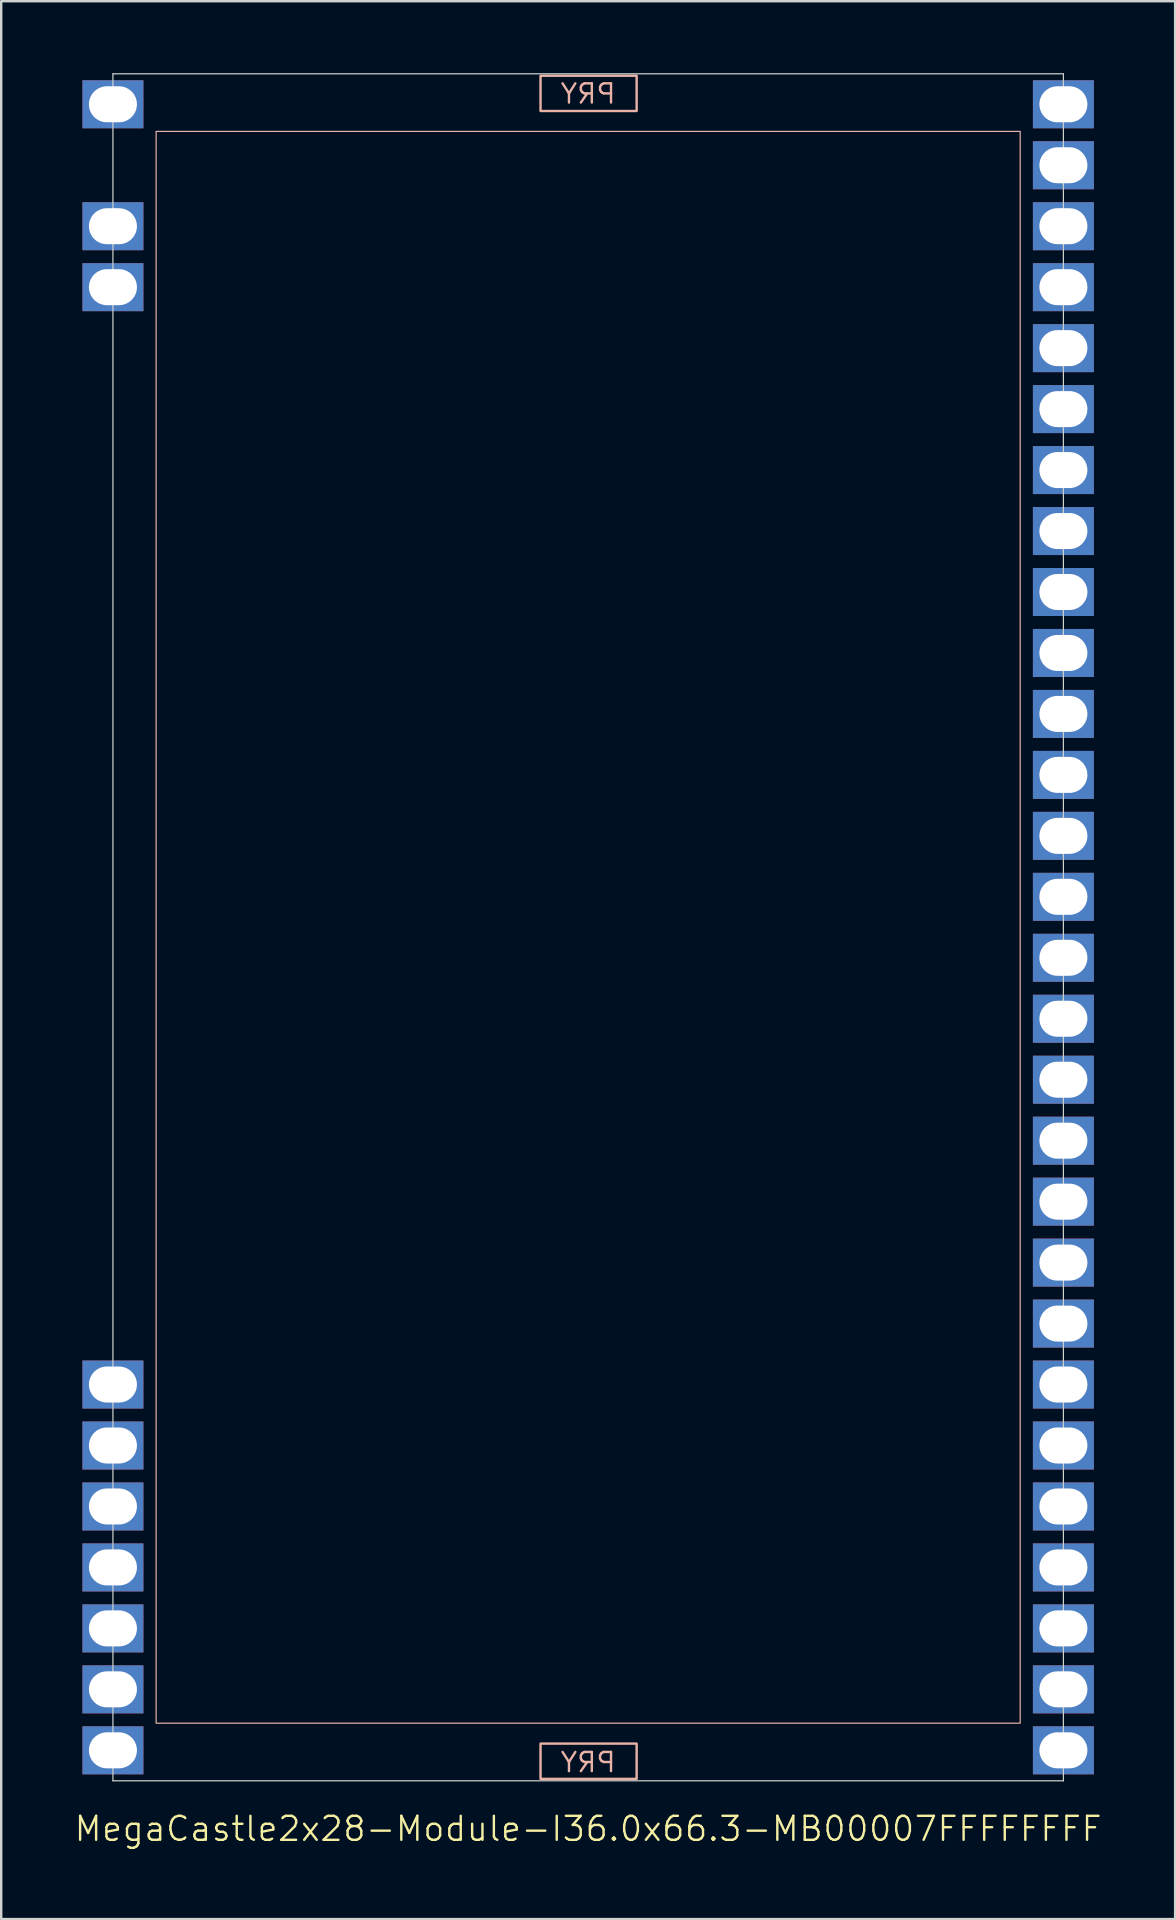
<source format=kicad_pcb>
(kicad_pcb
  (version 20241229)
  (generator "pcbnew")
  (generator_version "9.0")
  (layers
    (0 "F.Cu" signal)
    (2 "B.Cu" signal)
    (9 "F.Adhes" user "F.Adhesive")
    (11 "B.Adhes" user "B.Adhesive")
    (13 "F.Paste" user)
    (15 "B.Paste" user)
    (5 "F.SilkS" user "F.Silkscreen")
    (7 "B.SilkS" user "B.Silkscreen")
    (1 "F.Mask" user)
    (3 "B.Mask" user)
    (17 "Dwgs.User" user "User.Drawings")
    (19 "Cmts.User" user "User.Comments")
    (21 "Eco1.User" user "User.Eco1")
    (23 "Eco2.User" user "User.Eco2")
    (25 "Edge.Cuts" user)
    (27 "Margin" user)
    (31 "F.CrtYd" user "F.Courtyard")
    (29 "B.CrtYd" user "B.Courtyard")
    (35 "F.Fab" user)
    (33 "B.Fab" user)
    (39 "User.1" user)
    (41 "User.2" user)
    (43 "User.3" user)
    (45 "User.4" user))
  (footprint "MegaCastle2x28-Module-I36.0x66.3-MB00007FFFFFFFF"
    (layer "F.Cu")
    (at 21.455 35.585)
    (property "Reference" "MegaCastle2x28-Module-I36.0x66.3-MB00007FFFFFFFF" (at 0 37.56 0) (unlocked yes) (layer "F.SilkS") (effects (font (size 1 1) (thickness 0.1))))
    (attr smd)
    (fp_rect (start -18 33.16) (end 18 -33.16) (stroke (width 0.05) (type default)) (fill no) (layer "B.SilkS"))
    (fp_rect (start -1.984 -34.011) (end 2.02 -35.48) (stroke (width 0.1) (type default)) (fill no) (layer "B.SilkS"))
    (fp_rect (start -1.984 34.011) (end 2.02 35.48) (stroke (width 0.1) (type default)) (fill no) (layer "B.SilkS"))
    (fp_line (start -19.8 -35.56) (end -19.8 35.56) (stroke (width 0.05) (type default)) (layer "Edge.Cuts"))
    (fp_line (start -19.8 -35.56) (end 19.8 -35.56) (stroke (width 0.05) (type default)) (layer "Edge.Cuts"))
    (fp_line (start -19.8 35.56) (end 19.8 35.56) (stroke (width 0.05) (type default)) (layer "Edge.Cuts"))
    (fp_line (start 19.8 -35.56) (end 19.8 35.56) (stroke (width 0.05) (type default)) (layer "Edge.Cuts"))
    (fp_text user "PRY" (at 0 -34.26 0) (unlocked yes) (layer "B.SilkS") (effects (font (size 0.8 0.8) (thickness 0.1)) (justify bottom mirror)))
    (fp_text user "PRY" (at 0 35.26 0) (unlocked yes) (layer "B.SilkS") (effects (font (size 0.8 0.8) (thickness 0.1)) (justify bottom mirror)))
    (pad "1" thru_hole rect (at -19.8 -34.29) (size 2.54 2) (drill oval 2 1.5) (property pad_prop_castellated) (layers "*.Cu" "*.Mask"))
    (pad "3" thru_hole rect (at -19.8 -29.21) (size 2.54 2) (drill oval 2 1.5) (property pad_prop_castellated) (layers "*.Cu" "*.Mask"))
    (pad "4" thru_hole rect (at -19.8 -26.67) (size 2.54 2) (drill oval 2 1.5) (property pad_prop_castellated) (layers "*.Cu" "*.Mask"))
    (pad "22" thru_hole rect (at -19.8 19.05) (size 2.54 2) (drill oval 2 1.5) (property pad_prop_castellated) (layers "*.Cu" "*.Mask"))
    (pad "23" thru_hole rect (at -19.8 21.59) (size 2.54 2) (drill oval 2 1.5) (property pad_prop_castellated) (layers "*.Cu" "*.Mask"))
    (pad "24" thru_hole rect (at -19.8 24.13) (size 2.54 2) (drill oval 2 1.5) (property pad_prop_castellated) (layers "*.Cu" "*.Mask"))
    (pad "25" thru_hole rect (at -19.8 26.67) (size 2.54 2) (drill oval 2 1.5) (property pad_prop_castellated) (layers "*.Cu" "*.Mask"))
    (pad "26" thru_hole rect (at -19.8 29.21) (size 2.54 2) (drill oval 2 1.5) (property pad_prop_castellated) (layers "*.Cu" "*.Mask"))
    (pad "27" thru_hole rect (at -19.8 31.75) (size 2.54 2) (drill oval 2 1.5) (property pad_prop_castellated) (layers "*.Cu" "*.Mask"))
    (pad "28" thru_hole rect (at -19.8 34.29) (size 2.54 2) (drill oval 2 1.5) (property pad_prop_castellated) (layers "*.Cu" "*.Mask"))
    (pad "29" thru_hole rect (at 19.8 -34.29) (size 2.54 2) (drill oval 2 1.5) (property pad_prop_castellated) (layers "*.Cu" "*.Mask"))
    (pad "30" thru_hole rect (at 19.8 -31.75) (size 2.54 2) (drill oval 2 1.5) (property pad_prop_castellated) (layers "*.Cu" "*.Mask"))
    (pad "31" thru_hole rect (at 19.8 -29.21) (size 2.54 2) (drill oval 2 1.5) (property pad_prop_castellated) (layers "*.Cu" "*.Mask"))
    (pad "32" thru_hole rect (at 19.8 -26.67) (size 2.54 2) (drill oval 2 1.5) (property pad_prop_castellated) (layers "*.Cu" "*.Mask"))
    (pad "33" thru_hole rect (at 19.8 -24.13) (size 2.54 2) (drill oval 2 1.5) (property pad_prop_castellated) (layers "*.Cu" "*.Mask"))
    (pad "34" thru_hole rect (at 19.8 -21.59) (size 2.54 2) (drill oval 2 1.5) (property pad_prop_castellated) (layers "*.Cu" "*.Mask"))
    (pad "35" thru_hole rect (at 19.8 -19.05) (size 2.54 2) (drill oval 2 1.5) (property pad_prop_castellated) (layers "*.Cu" "*.Mask"))
    (pad "36" thru_hole rect (at 19.8 -16.51) (size 2.54 2) (drill oval 2 1.5) (property pad_prop_castellated) (layers "*.Cu" "*.Mask"))
    (pad "37" thru_hole rect (at 19.8 -13.97) (size 2.54 2) (drill oval 2 1.5) (property pad_prop_castellated) (layers "*.Cu" "*.Mask"))
    (pad "38" thru_hole rect (at 19.8 -11.43) (size 2.54 2) (drill oval 2 1.5) (property pad_prop_castellated) (layers "*.Cu" "*.Mask"))
    (pad "39" thru_hole rect (at 19.8 -8.89) (size 2.54 2) (drill oval 2 1.5) (property pad_prop_castellated) (layers "*.Cu" "*.Mask"))
    (pad "40" thru_hole rect (at 19.8 -6.35) (size 2.54 2) (drill oval 2 1.5) (property pad_prop_castellated) (layers "*.Cu" "*.Mask"))
    (pad "41" thru_hole rect (at 19.8 -3.81) (size 2.54 2) (drill oval 2 1.5) (property pad_prop_castellated) (layers "*.Cu" "*.Mask"))
    (pad "42" thru_hole rect (at 19.8 -1.27) (size 2.54 2) (drill oval 2 1.5) (property pad_prop_castellated) (layers "*.Cu" "*.Mask"))
    (pad "43" thru_hole rect (at 19.8 1.27) (size 2.54 2) (drill oval 2 1.5) (property pad_prop_castellated) (layers "*.Cu" "*.Mask"))
    (pad "44" thru_hole rect (at 19.8 3.81) (size 2.54 2) (drill oval 2 1.5) (property pad_prop_castellated) (layers "*.Cu" "*.Mask"))
    (pad "45" thru_hole rect (at 19.8 6.35) (size 2.54 2) (drill oval 2 1.5) (property pad_prop_castellated) (layers "*.Cu" "*.Mask"))
    (pad "46" thru_hole rect (at 19.8 8.89) (size 2.54 2) (drill oval 2 1.5) (property pad_prop_castellated) (layers "*.Cu" "*.Mask"))
    (pad "47" thru_hole rect (at 19.8 11.43) (size 2.54 2) (drill oval 2 1.5) (property pad_prop_castellated) (layers "*.Cu" "*.Mask"))
    (pad "48" thru_hole rect (at 19.8 13.97) (size 2.54 2) (drill oval 2 1.5) (property pad_prop_castellated) (layers "*.Cu" "*.Mask"))
    (pad "49" thru_hole rect (at 19.8 16.51) (size 2.54 2) (drill oval 2 1.5) (property pad_prop_castellated) (layers "*.Cu" "*.Mask"))
    (pad "50" thru_hole rect (at 19.8 19.05) (size 2.54 2) (drill oval 2 1.5) (property pad_prop_castellated) (layers "*.Cu" "*.Mask"))
    (pad "51" thru_hole rect (at 19.8 21.59) (size 2.54 2) (drill oval 2 1.5) (property pad_prop_castellated) (layers "*.Cu" "*.Mask"))
    (pad "52" thru_hole rect (at 19.8 24.13) (size 2.54 2) (drill oval 2 1.5) (property pad_prop_castellated) (layers "*.Cu" "*.Mask"))
    (pad "53" thru_hole rect (at 19.8 26.67) (size 2.54 2) (drill oval 2 1.5) (property pad_prop_castellated) (layers "*.Cu" "*.Mask"))
    (pad "54" thru_hole rect (at 19.8 29.21) (size 2.54 2) (drill oval 2 1.5) (property pad_prop_castellated) (layers "*.Cu" "*.Mask"))
    (pad "55" thru_hole rect (at 19.8 31.75) (size 2.54 2) (drill oval 2 1.5) (property pad_prop_castellated) (layers "*.Cu" "*.Mask"))
    (pad "56" thru_hole rect (at 19.8 34.29) (size 2.54 2) (drill oval 2 1.5) (property pad_prop_castellated) (layers "*.Cu" "*.Mask"))
    (zone (net_name "") (layer "B.Cu") (hatch edge 0.5) (connect_pads) (min_thickness 0.25) (filled_areas_thickness no) (keepout (tracks allowed) (vias allowed) (pads allowed) (copperpour allowed) (footprints not_allowed)) (placement (enabled no)) (fill) (polygon (pts (xy 1.655 71.145) (xy 1.655 0.025) (xy 3.455 0.025) (xy 3.455 71.145))))
    (zone (net_name "") (layer "B.Cu") (hatch edge 0.5) (connect_pads) (min_thickness 0.25) (filled_areas_thickness no) (keepout (tracks allowed) (vias allowed) (pads allowed) (copperpour allowed) (footprints not_allowed)) (placement (enabled no)) (fill) (polygon (pts (xy 3.455 0.025) (xy 3.455 2.425) (xy 39.455 2.425) (xy 39.455 0.025))))
    (zone (net_name "") (layer "B.Cu") (hatch edge 0.5) (connect_pads) (min_thickness 0.25) (filled_areas_thickness no) (keepout (tracks allowed) (vias allowed) (pads allowed) (copperpour allowed) (footprints not_allowed)) (placement (enabled no)) (fill) (polygon (pts (xy 3.455 71.145) (xy 3.455 68.745) (xy 39.455 68.745) (xy 39.455 71.145))))
    (zone (net_name "") (layer "B.Cu") (name "Upper Pry Zone") (hatch edge 0.5) (connect_pads) (min_thickness 0.25) (filled_areas_thickness no) (keepout (tracks not_allowed) (vias not_allowed) (pads not_allowed) (copperpour allowed) (footprints not_allowed)) (placement (enabled no)) (fill) (polygon (pts (xy 19.471 1.574) (xy 19.471 0.105) (xy 23.474 0.105) (xy 23.474 1.574))))
    (zone (net_name "") (layer "B.Cu") (name "Upper Pry Zone") (hatch edge 0.5) (connect_pads) (min_thickness 0.25) (filled_areas_thickness no) (keepout (tracks not_allowed) (vias not_allowed) (pads not_allowed) (copperpour allowed) (footprints not_allowed)) (placement (enabled no)) (fill) (polygon (pts (xy 19.471 69.596) (xy 19.471 71.065) (xy 23.474 71.065) (xy 23.474 69.596))))
    (zone (net_name "") (layer "B.Cu") (hatch edge 0.5) (connect_pads) (min_thickness 0.25) (filled_areas_thickness no) (keepout (tracks allowed) (vias allowed) (pads allowed) (copperpour allowed) (footprints not_allowed)) (placement (enabled no)) (fill) (polygon (pts (xy 41.255 71.145) (xy 41.255 0.025) (xy 39.455 0.025) (xy 39.455 71.145)))))
  (gr_rect
    (start -3 -3)
    (end 45.91 76.906)
    (stroke (width 0.1) (type default))
    (fill no)
    (layer "Edge.Cuts")))
</source>
